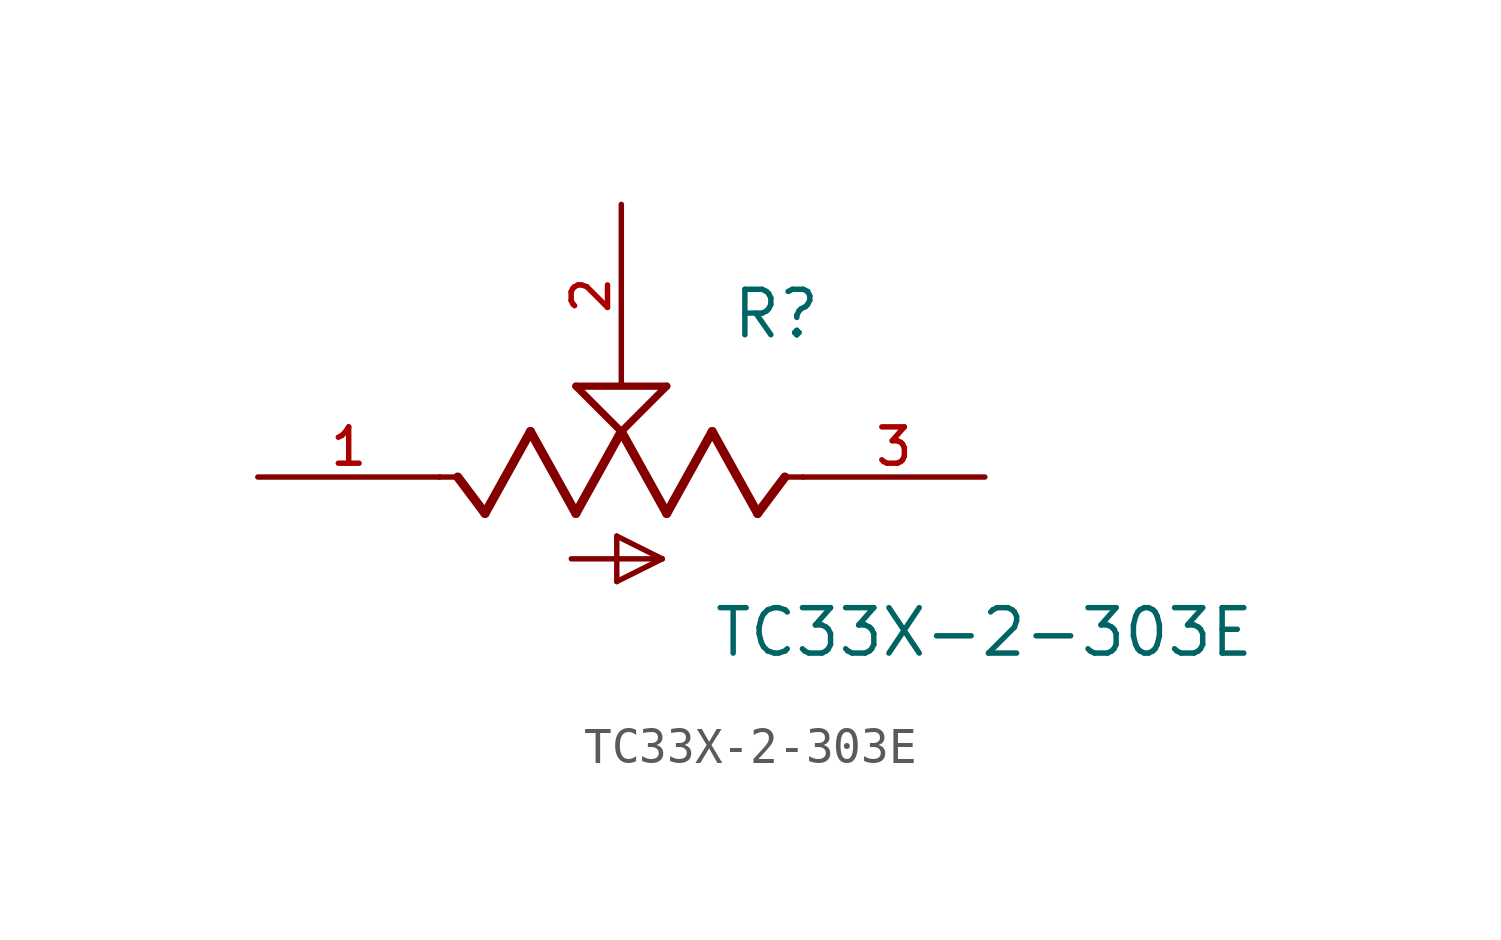
<source format=kicad_sym>
(kicad_symbol_lib
  (version 20211014)
  (generator kicad_symbol_editor)
  (symbol "TC33X-2-303E"
    (pin_names
      (offset 1.016))
    (property "Reference" "R"
      (at 3.051 3.814 0)
      (effects (font (size 1.27 1.27)) (justify bottom left)))
    (property "Value" "TC33X-2-303E"
      (at 2.542 -5.084 0)
      (effects (font (size 1.27 1.27)) (justify bottom left)))
    (symbol "TC33X-2-303E_0_0"
      (polyline (pts (xy 5.08 0.0) (xy 4.572 0.0)) (stroke (width 0.152)))
      (polyline (pts (xy 4.572 0.0) (xy 3.81 -1.016)) (stroke (width 0.254)))
      (polyline (pts (xy 3.81 -1.016) (xy 2.54 1.27)) (stroke (width 0.254)))
      (polyline (pts (xy 2.54 1.27) (xy 1.27 -1.016)) (stroke (width 0.254)))
      (polyline (pts (xy 1.27 -1.016) (xy 0.0 1.27)) (stroke (width 0.254)))
      (polyline (pts (xy 0.0 1.27) (xy -1.27 -1.016)) (stroke (width 0.254)))
      (polyline (pts (xy -1.27 -1.016) (xy -2.54 1.27)) (stroke (width 0.254)))
      (polyline (pts (xy -2.54 1.27) (xy -3.81 -1.016)) (stroke (width 0.254)))
      (polyline (pts (xy -3.81 -1.016) (xy -4.572 0.0)) (stroke (width 0.254)))
      (polyline (pts (xy -4.572 0.0) (xy -5.08 0.0)) (stroke (width 0.152)))
      (polyline (pts (xy 0.0 1.27) (xy -1.27 2.54)) (stroke (width 0.203)))
      (polyline (pts (xy 1.27 2.54) (xy 0.0 1.27)) (stroke (width 0.203)))
      (polyline (pts (xy -1.27 2.54) (xy 1.27 2.54)) (stroke (width 0.203)))
      (polyline (pts (xy -1.397 -2.286) (xy 1.143 -2.286)) (stroke (width 0.152)))
      (polyline (pts (xy 1.143 -2.286) (xy -0.127 -2.921)) (stroke (width 0.152)))
      (polyline (pts (xy -0.127 -2.921) (xy -0.127 -1.651)) (stroke (width 0.152)))
      (polyline (pts (xy -0.127 -1.651) (xy 1.143 -2.286)) (stroke (width 0.152)))
      (pin passive line (at 10.16 0.0 180.0) (length 5.08) (name "~" (effects (font (size 1.016 1.016)))) (number "3" (effects (font (size 1.016 1.016)))))
      (pin passive line (at 0.0 7.62 270.0) (length 5.08) (name "~" (effects (font (size 1.016 1.016)))) (number "2" (effects (font (size 1.016 1.016)))))
      (pin passive line (at -10.16 0.0 0) (length 5.08) (name "~" (effects (font (size 1.016 1.016)))) (number "1" (effects (font (size 1.016 1.016))))))))
</source>
